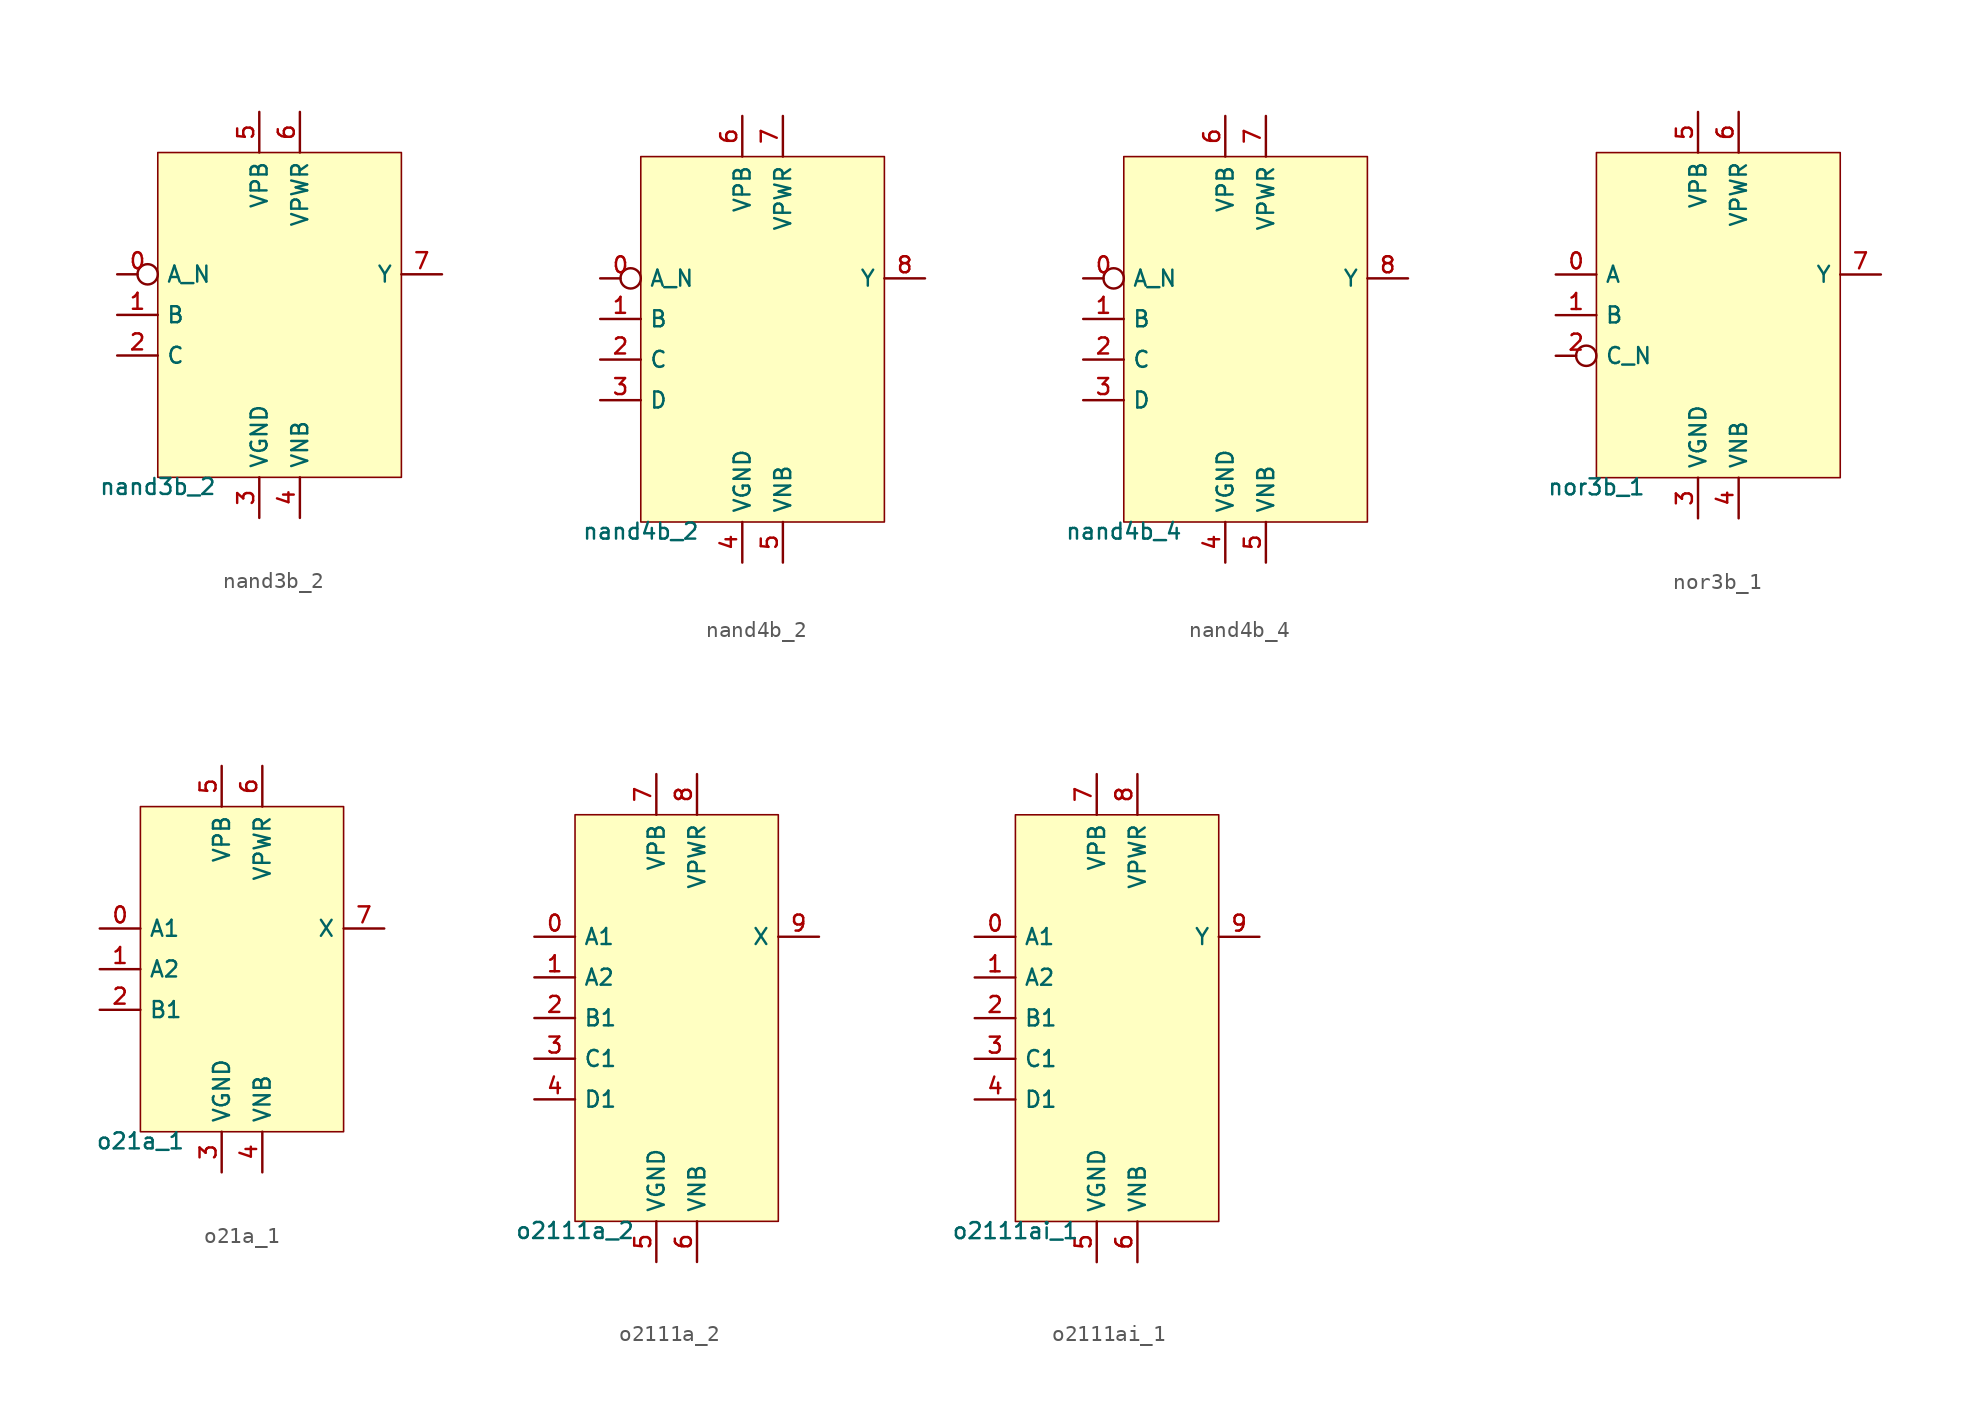
<source format=kicad_sym>
(kicad_symbol_lib
  (version 20211014)
  (generator pdk2kicad)
  (symbol "nand3b_2"
    (property "Reference" "X"
      (at 0 0 0)
      (effects (font (size 1 1)) hide))
    (property "Value" "nand3b_2"
      (at -7.62 -10.16 0)
      (effects (font (size 1 1)) (justify top)))
    (rectangle
      (start -7.62 -10.16)
      (end 7.62 10.16)
      (stroke (width 0.1) (type solid) (color 0 0 0 0))
      (fill (type background)))
    (pin input inverted
      (at -10.16 2.54 0)
      (length 2.54)
      (name "A_N" (effects (font (size 1 1)) hide))
      (number "0" (effects (font (size 1 1)) hide)))
    (pin input line
      (at -10.16 0.0 0)
      (length 2.54)
      (name "B" (effects (font (size 1 1)) hide))
      (number "1" (effects (font (size 1 1)) hide)))
    (pin input line
      (at -10.16 -2.54 0)
      (length 2.54)
      (name "C" (effects (font (size 1 1)) hide))
      (number "2" (effects (font (size 1 1)) hide)))
    (pin power_in line
      (at -1.27 -12.7 90)
      (length 2.54)
      (name "VGND" (effects (font (size 1 1)) hide))
      (number "3" (effects (font (size 1 1)) hide)))
    (pin power_in line
      (at 1.27 -12.7 90)
      (length 2.54)
      (name "VNB" (effects (font (size 1 1)) hide))
      (number "4" (effects (font (size 1 1)) hide)))
    (pin power_in line
      (at -1.27 12.7 270)
      (length 2.54)
      (name "VPB" (effects (font (size 1 1)) hide))
      (number "5" (effects (font (size 1 1)) hide)))
    (pin power_in line
      (at 1.27 12.7 270)
      (length 2.54)
      (name "VPWR" (effects (font (size 1 1)) hide))
      (number "6" (effects (font (size 1 1)) hide)))
    (pin output line
      (at 10.16 2.54 180)
      (length 2.54)
      (name "Y" (effects (font (size 1 1)) hide))
      (number "7" (effects (font (size 1 1)) hide))))
  (symbol "nand4b_2"
    (property "Reference" "X"
      (at 0 0 0)
      (effects (font (size 1 1)) hide))
    (property "Value" "nand4b_2"
      (at -7.62 -11.43 0)
      (effects (font (size 1 1)) (justify top)))
    (rectangle
      (start -7.62 -11.43)
      (end 7.62 11.43)
      (stroke (width 0.1) (type solid) (color 0 0 0 0))
      (fill (type background)))
    (pin input inverted
      (at -10.16 3.81 0)
      (length 2.54)
      (name "A_N" (effects (font (size 1 1)) hide))
      (number "0" (effects (font (size 1 1)) hide)))
    (pin input line
      (at -10.16 1.27 0)
      (length 2.54)
      (name "B" (effects (font (size 1 1)) hide))
      (number "1" (effects (font (size 1 1)) hide)))
    (pin input line
      (at -10.16 -1.27 0)
      (length 2.54)
      (name "C" (effects (font (size 1 1)) hide))
      (number "2" (effects (font (size 1 1)) hide)))
    (pin input line
      (at -10.16 -3.81 0)
      (length 2.54)
      (name "D" (effects (font (size 1 1)) hide))
      (number "3" (effects (font (size 1 1)) hide)))
    (pin power_in line
      (at -1.27 -13.97 90)
      (length 2.54)
      (name "VGND" (effects (font (size 1 1)) hide))
      (number "4" (effects (font (size 1 1)) hide)))
    (pin power_in line
      (at 1.27 -13.97 90)
      (length 2.54)
      (name "VNB" (effects (font (size 1 1)) hide))
      (number "5" (effects (font (size 1 1)) hide)))
    (pin power_in line
      (at -1.27 13.97 270)
      (length 2.54)
      (name "VPB" (effects (font (size 1 1)) hide))
      (number "6" (effects (font (size 1 1)) hide)))
    (pin power_in line
      (at 1.27 13.97 270)
      (length 2.54)
      (name "VPWR" (effects (font (size 1 1)) hide))
      (number "7" (effects (font (size 1 1)) hide)))
    (pin output line
      (at 10.16 3.81 180)
      (length 2.54)
      (name "Y" (effects (font (size 1 1)) hide))
      (number "8" (effects (font (size 1 1)) hide))))
  (symbol "nand4b_4"
    (property "Reference" "X"
      (at 0 0 0)
      (effects (font (size 1 1)) hide))
    (property "Value" "nand4b_4"
      (at -7.62 -11.43 0)
      (effects (font (size 1 1)) (justify top)))
    (rectangle
      (start -7.62 -11.43)
      (end 7.62 11.43)
      (stroke (width 0.1) (type solid) (color 0 0 0 0))
      (fill (type background)))
    (pin input inverted
      (at -10.16 3.81 0)
      (length 2.54)
      (name "A_N" (effects (font (size 1 1)) hide))
      (number "0" (effects (font (size 1 1)) hide)))
    (pin input line
      (at -10.16 1.27 0)
      (length 2.54)
      (name "B" (effects (font (size 1 1)) hide))
      (number "1" (effects (font (size 1 1)) hide)))
    (pin input line
      (at -10.16 -1.27 0)
      (length 2.54)
      (name "C" (effects (font (size 1 1)) hide))
      (number "2" (effects (font (size 1 1)) hide)))
    (pin input line
      (at -10.16 -3.81 0)
      (length 2.54)
      (name "D" (effects (font (size 1 1)) hide))
      (number "3" (effects (font (size 1 1)) hide)))
    (pin power_in line
      (at -1.27 -13.97 90)
      (length 2.54)
      (name "VGND" (effects (font (size 1 1)) hide))
      (number "4" (effects (font (size 1 1)) hide)))
    (pin power_in line
      (at 1.27 -13.97 90)
      (length 2.54)
      (name "VNB" (effects (font (size 1 1)) hide))
      (number "5" (effects (font (size 1 1)) hide)))
    (pin power_in line
      (at -1.27 13.97 270)
      (length 2.54)
      (name "VPB" (effects (font (size 1 1)) hide))
      (number "6" (effects (font (size 1 1)) hide)))
    (pin power_in line
      (at 1.27 13.97 270)
      (length 2.54)
      (name "VPWR" (effects (font (size 1 1)) hide))
      (number "7" (effects (font (size 1 1)) hide)))
    (pin output line
      (at 10.16 3.81 180)
      (length 2.54)
      (name "Y" (effects (font (size 1 1)) hide))
      (number "8" (effects (font (size 1 1)) hide))))
  (symbol "nor3b_1"
    (property "Reference" "X"
      (at 0 0 0)
      (effects (font (size 1 1)) hide))
    (property "Value" "nor3b_1"
      (at -7.62 -10.16 0)
      (effects (font (size 1 1)) (justify top)))
    (rectangle
      (start -7.62 -10.16)
      (end 7.62 10.16)
      (stroke (width 0.1) (type solid) (color 0 0 0 0))
      (fill (type background)))
    (pin input line
      (at -10.16 2.54 0)
      (length 2.54)
      (name "A" (effects (font (size 1 1)) hide))
      (number "0" (effects (font (size 1 1)) hide)))
    (pin input line
      (at -10.16 0.0 0)
      (length 2.54)
      (name "B" (effects (font (size 1 1)) hide))
      (number "1" (effects (font (size 1 1)) hide)))
    (pin input inverted
      (at -10.16 -2.54 0)
      (length 2.54)
      (name "C_N" (effects (font (size 1 1)) hide))
      (number "2" (effects (font (size 1 1)) hide)))
    (pin power_in line
      (at -1.27 -12.7 90)
      (length 2.54)
      (name "VGND" (effects (font (size 1 1)) hide))
      (number "3" (effects (font (size 1 1)) hide)))
    (pin power_in line
      (at 1.27 -12.7 90)
      (length 2.54)
      (name "VNB" (effects (font (size 1 1)) hide))
      (number "4" (effects (font (size 1 1)) hide)))
    (pin power_in line
      (at -1.27 12.7 270)
      (length 2.54)
      (name "VPB" (effects (font (size 1 1)) hide))
      (number "5" (effects (font (size 1 1)) hide)))
    (pin power_in line
      (at 1.27 12.7 270)
      (length 2.54)
      (name "VPWR" (effects (font (size 1 1)) hide))
      (number "6" (effects (font (size 1 1)) hide)))
    (pin output line
      (at 10.16 2.54 180)
      (length 2.54)
      (name "Y" (effects (font (size 1 1)) hide))
      (number "7" (effects (font (size 1 1)) hide))))
  (symbol "o21a_1"
    (property "Reference" "X"
      (at 0 0 0)
      (effects (font (size 1 1)) hide))
    (property "Value" "o21a_1"
      (at -6.35 -10.16 0)
      (effects (font (size 1 1)) (justify top)))
    (rectangle
      (start -6.35 -10.16)
      (end 6.35 10.16)
      (stroke (width 0.1) (type solid) (color 0 0 0 0))
      (fill (type background)))
    (pin input line
      (at -8.89 2.54 0)
      (length 2.54)
      (name "A1" (effects (font (size 1 1)) hide))
      (number "0" (effects (font (size 1 1)) hide)))
    (pin input line
      (at -8.89 0.0 0)
      (length 2.54)
      (name "A2" (effects (font (size 1 1)) hide))
      (number "1" (effects (font (size 1 1)) hide)))
    (pin input line
      (at -8.89 -2.54 0)
      (length 2.54)
      (name "B1" (effects (font (size 1 1)) hide))
      (number "2" (effects (font (size 1 1)) hide)))
    (pin power_in line
      (at -1.27 -12.7 90)
      (length 2.54)
      (name "VGND" (effects (font (size 1 1)) hide))
      (number "3" (effects (font (size 1 1)) hide)))
    (pin power_in line
      (at 1.27 -12.7 90)
      (length 2.54)
      (name "VNB" (effects (font (size 1 1)) hide))
      (number "4" (effects (font (size 1 1)) hide)))
    (pin power_in line
      (at -1.27 12.7 270)
      (length 2.54)
      (name "VPB" (effects (font (size 1 1)) hide))
      (number "5" (effects (font (size 1 1)) hide)))
    (pin power_in line
      (at 1.27 12.7 270)
      (length 2.54)
      (name "VPWR" (effects (font (size 1 1)) hide))
      (number "6" (effects (font (size 1 1)) hide)))
    (pin output line
      (at 8.89 2.54 180)
      (length 2.54)
      (name "X" (effects (font (size 1 1)) hide))
      (number "7" (effects (font (size 1 1)) hide))))
  (symbol "o2111a_2"
    (property "Reference" "X"
      (at 0 0 0)
      (effects (font (size 1 1)) hide))
    (property "Value" "o2111a_2"
      (at -6.35 -12.7 0)
      (effects (font (size 1 1)) (justify top)))
    (rectangle
      (start -6.35 -12.7)
      (end 6.35 12.7)
      (stroke (width 0.1) (type solid) (color 0 0 0 0))
      (fill (type background)))
    (pin input line
      (at -8.89 5.08 0)
      (length 2.54)
      (name "A1" (effects (font (size 1 1)) hide))
      (number "0" (effects (font (size 1 1)) hide)))
    (pin input line
      (at -8.89 2.54 0)
      (length 2.54)
      (name "A2" (effects (font (size 1 1)) hide))
      (number "1" (effects (font (size 1 1)) hide)))
    (pin input line
      (at -8.89 -8.881784197001252e-16 0)
      (length 2.54)
      (name "B1" (effects (font (size 1 1)) hide))
      (number "2" (effects (font (size 1 1)) hide)))
    (pin input line
      (at -8.89 -2.54 0)
      (length 2.54)
      (name "C1" (effects (font (size 1 1)) hide))
      (number "3" (effects (font (size 1 1)) hide)))
    (pin input line
      (at -8.89 -5.08 0)
      (length 2.54)
      (name "D1" (effects (font (size 1 1)) hide))
      (number "4" (effects (font (size 1 1)) hide)))
    (pin power_in line
      (at -1.27 -15.24 90)
      (length 2.54)
      (name "VGND" (effects (font (size 1 1)) hide))
      (number "5" (effects (font (size 1 1)) hide)))
    (pin power_in line
      (at 1.27 -15.24 90)
      (length 2.54)
      (name "VNB" (effects (font (size 1 1)) hide))
      (number "6" (effects (font (size 1 1)) hide)))
    (pin power_in line
      (at -1.27 15.24 270)
      (length 2.54)
      (name "VPB" (effects (font (size 1 1)) hide))
      (number "7" (effects (font (size 1 1)) hide)))
    (pin power_in line
      (at 1.27 15.24 270)
      (length 2.54)
      (name "VPWR" (effects (font (size 1 1)) hide))
      (number "8" (effects (font (size 1 1)) hide)))
    (pin output line
      (at 8.89 5.08 180)
      (length 2.54)
      (name "X" (effects (font (size 1 1)) hide))
      (number "9" (effects (font (size 1 1)) hide))))
  (symbol "o2111ai_1"
    (property "Reference" "X"
      (at 0 0 0)
      (effects (font (size 1 1)) hide))
    (property "Value" "o2111ai_1"
      (at -6.35 -12.7 0)
      (effects (font (size 1 1)) (justify top)))
    (rectangle
      (start -6.35 -12.7)
      (end 6.35 12.7)
      (stroke (width 0.1) (type solid) (color 0 0 0 0))
      (fill (type background)))
    (pin input line
      (at -8.89 5.08 0)
      (length 2.54)
      (name "A1" (effects (font (size 1 1)) hide))
      (number "0" (effects (font (size 1 1)) hide)))
    (pin input line
      (at -8.89 2.54 0)
      (length 2.54)
      (name "A2" (effects (font (size 1 1)) hide))
      (number "1" (effects (font (size 1 1)) hide)))
    (pin input line
      (at -8.89 -8.881784197001252e-16 0)
      (length 2.54)
      (name "B1" (effects (font (size 1 1)) hide))
      (number "2" (effects (font (size 1 1)) hide)))
    (pin input line
      (at -8.89 -2.54 0)
      (length 2.54)
      (name "C1" (effects (font (size 1 1)) hide))
      (number "3" (effects (font (size 1 1)) hide)))
    (pin input line
      (at -8.89 -5.08 0)
      (length 2.54)
      (name "D1" (effects (font (size 1 1)) hide))
      (number "4" (effects (font (size 1 1)) hide)))
    (pin power_in line
      (at -1.27 -15.24 90)
      (length 2.54)
      (name "VGND" (effects (font (size 1 1)) hide))
      (number "5" (effects (font (size 1 1)) hide)))
    (pin power_in line
      (at 1.27 -15.24 90)
      (length 2.54)
      (name "VNB" (effects (font (size 1 1)) hide))
      (number "6" (effects (font (size 1 1)) hide)))
    (pin power_in line
      (at -1.27 15.24 270)
      (length 2.54)
      (name "VPB" (effects (font (size 1 1)) hide))
      (number "7" (effects (font (size 1 1)) hide)))
    (pin power_in line
      (at 1.27 15.24 270)
      (length 2.54)
      (name "VPWR" (effects (font (size 1 1)) hide))
      (number "8" (effects (font (size 1 1)) hide)))
    (pin output line
      (at 8.89 5.08 180)
      (length 2.54)
      (name "Y" (effects (font (size 1 1)) hide))
      (number "9" (effects (font (size 1 1)) hide)))))
</source>
